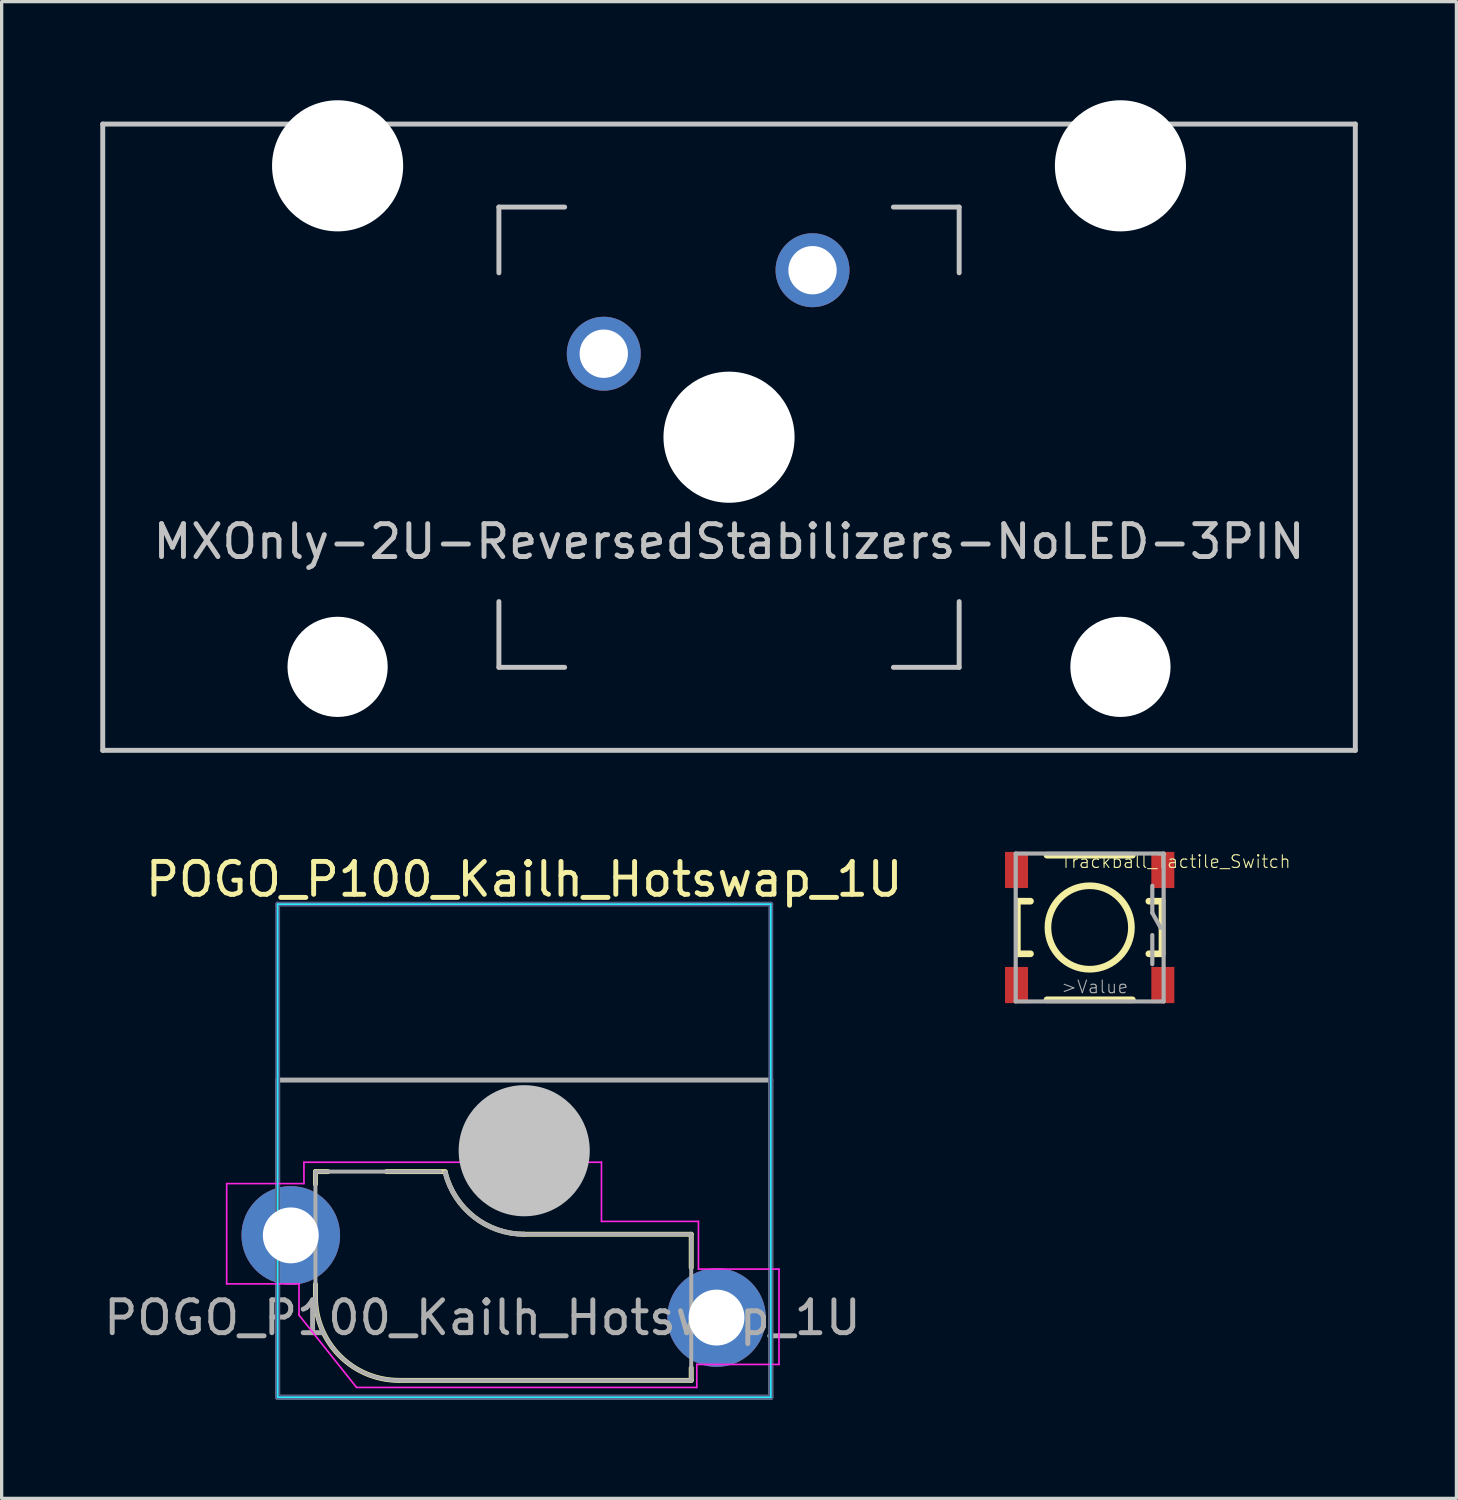
<source format=kicad_pcb>
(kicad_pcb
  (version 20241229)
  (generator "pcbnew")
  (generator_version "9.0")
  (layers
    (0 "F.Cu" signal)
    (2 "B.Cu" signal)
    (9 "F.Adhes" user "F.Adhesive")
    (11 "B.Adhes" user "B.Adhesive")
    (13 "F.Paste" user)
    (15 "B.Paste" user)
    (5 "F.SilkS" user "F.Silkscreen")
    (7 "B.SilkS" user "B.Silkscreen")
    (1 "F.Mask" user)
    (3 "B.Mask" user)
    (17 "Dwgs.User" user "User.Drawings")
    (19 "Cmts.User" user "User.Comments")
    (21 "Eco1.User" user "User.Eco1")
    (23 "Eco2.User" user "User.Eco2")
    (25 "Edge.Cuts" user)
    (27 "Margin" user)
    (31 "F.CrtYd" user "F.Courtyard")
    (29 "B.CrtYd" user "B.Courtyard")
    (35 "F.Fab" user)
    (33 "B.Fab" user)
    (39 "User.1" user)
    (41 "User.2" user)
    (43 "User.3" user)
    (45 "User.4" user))
  (footprint "Trackball_Tactile_Switch"
    (layer "F.Cu")
    (at 30.095 25.162)
    (property "Reference" "Trackball_Tactile_Switch" (at -0.889 -1.778 0) (layer "F.SilkS") (effects (font (size 0.386 0.386) (thickness 0.033)) (justify left bottom)))
    (attr through_hole)
    (fp_line (start -2.2 -0.8) (end -2.2 0.8) (stroke (width 0.203) (type solid)) (layer "F.SilkS"))
    (fp_line (start -1.8 -0.8) (end -2.2 -0.8) (stroke (width 0.203) (type solid)) (layer "F.SilkS"))
    (fp_line (start -1.8 0.8) (end -2.2 0.8) (stroke (width 0.203) (type solid)) (layer "F.SilkS"))
    (fp_line (start -1.3 2.2) (end 1.3 2.2) (stroke (width 0.203) (type solid)) (layer "F.SilkS"))
    (fp_line (start 1.3 -2.2) (end -1.3 -2.2) (stroke (width 0.203) (type solid)) (layer "F.SilkS"))
    (fp_line (start 2.2 -0.8) (end 1.8 -0.8) (stroke (width 0.203) (type solid)) (layer "F.SilkS"))
    (fp_line (start 2.2 0.8) (end 1.8 0.8) (stroke (width 0.203) (type solid)) (layer "F.SilkS"))
    (fp_line (start 2.2 0.8) (end 2.2 -0.8) (stroke (width 0.203) (type solid)) (layer "F.SilkS"))
    (fp_circle (center 0 0) (end 1.27 0) (stroke (width 0.203) (type solid)) (fill no) (layer "F.SilkS"))
    (fp_line (start -2.25 -2.25) (end 2.25 -2.25) (stroke (width 0.127) (type solid)) (layer "F.Fab"))
    (fp_line (start -2.25 2.25) (end -2.25 -2.25) (stroke (width 0.127) (type solid)) (layer "F.Fab"))
    (fp_line (start 1.905 -1.27) (end 1.905 -0.445) (stroke (width 0.127) (type solid)) (layer "F.Fab"))
    (fp_line (start 1.905 -0.445) (end 2.16 0.01) (stroke (width 0.127) (type solid)) (layer "F.Fab"))
    (fp_line (start 1.905 0.23) (end 1.905 1.115) (stroke (width 0.127) (type solid)) (layer "F.Fab"))
    (fp_line (start 2.25 -2.25) (end 2.25 2.25) (stroke (width 0.127) (type solid)) (layer "F.Fab"))
    (fp_line (start 2.25 2.25) (end -2.25 2.25) (stroke (width 0.127) (type solid)) (layer "F.Fab"))
    (fp_text user ">Value" (at -0.889 2.032 0) (layer "F.Fab") (effects (font (size 0.386 0.386) (thickness 0.033)) (justify left bottom)))
    (pad "1" smd rect (at 2.225 -1.75 90) (size 1.1 0.7) (layers "F.Cu" "F.Mask" "F.Paste"))
    (pad "1" smd rect (at 2.225 1.75 90) (size 1.1 0.7) (layers "F.Cu" "F.Mask" "F.Paste"))
    (pad "2" smd rect (at -2.225 -1.75 90) (size 1.1 0.7) (layers "F.Cu" "F.Mask" "F.Paste"))
    (pad "2" smd rect (at -2.225 1.75 90) (size 1.1 0.7) (layers "F.Cu" "F.Mask" "F.Paste")))
  (footprint "MXOnly-2U-ReversedStabilizers-NoLED-3PIN"
    (layer "F.Cu")
    (at 19.125 10.249)
    (property "Reference" "MXOnly-2U-ReversedStabilizers-NoLED-3PIN" (at 0 3.175 0) (layer "Dwgs.User") (effects (font (size 1 1) (thickness 0.15))))
    (attr through_hole)
    (fp_line (start -19.05 -9.525) (end 19.05 -9.525) (stroke (width 0.15) (type solid)) (layer "Dwgs.User"))
    (fp_line (start -19.05 9.525) (end -19.05 -9.525) (stroke (width 0.15) (type solid)) (layer "Dwgs.User"))
    (fp_line (start -19.05 9.525) (end 19.05 9.525) (stroke (width 0.15) (type solid)) (layer "Dwgs.User"))
    (fp_line (start -7 -7) (end -7 -5) (stroke (width 0.15) (type solid)) (layer "Dwgs.User"))
    (fp_line (start -7 5) (end -7 7) (stroke (width 0.15) (type solid)) (layer "Dwgs.User"))
    (fp_line (start -7 7) (end -5 7) (stroke (width 0.15) (type solid)) (layer "Dwgs.User"))
    (fp_line (start -5 -7) (end -7 -7) (stroke (width 0.15) (type solid)) (layer "Dwgs.User"))
    (fp_line (start 5 -7) (end 7 -7) (stroke (width 0.15) (type solid)) (layer "Dwgs.User"))
    (fp_line (start 5 7) (end 7 7) (stroke (width 0.15) (type solid)) (layer "Dwgs.User"))
    (fp_line (start 7 -7) (end 7 -5) (stroke (width 0.15) (type solid)) (layer "Dwgs.User"))
    (fp_line (start 7 7) (end 7 5) (stroke (width 0.15) (type solid)) (layer "Dwgs.User"))
    (fp_line (start 19.05 -9.525) (end 19.05 9.525) (stroke (width 0.15) (type solid)) (layer "Dwgs.User"))
    (pad "" np_thru_hole circle (at -11.906 -8.255) (size 3.988 3.988) (drill 3.988) (layers "*.Cu" "*.Mask"))
    (pad "" np_thru_hole circle (at -11.906 6.985) (size 3.048 3.048) (drill 3.048) (layers "*.Cu" "*.Mask"))
    (pad "" np_thru_hole circle (at 0 0) (size 3.988 3.988) (drill 3.988) (layers "*.Cu" "*.Mask"))
    (pad "" np_thru_hole circle (at 11.906 -8.255) (size 3.988 3.988) (drill 3.988) (layers "*.Cu" "*.Mask"))
    (pad "" np_thru_hole circle (at 11.906 6.985) (size 3.048 3.048) (drill 3.048) (layers "*.Cu" "*.Mask"))
    (pad "1" thru_hole circle (at -3.81 -2.54) (size 2.25 2.25) (drill 1.47) (layers "*.Cu" "*.Mask"))
    (pad "2" thru_hole circle (at 2.54 -5.08) (size 2.25 2.25) (drill 1.47) (layers "*.Cu" "*.Mask")))
  (footprint "POGO_P100_Kailh_Hotswap_1U"
    (layer "F.Cu")
    (at 12.895 31.952)
    (property "Reference" "POGO_P100_Kailh_Hotswap_1U" (at 0 -8.255 0) (layer "F.SilkS") (effects (font (size 1 1) (thickness 0.15))))
    (attr smd)
    (fp_line (start -6.35 0.635) (end -5.969 0.635) (stroke (width 0.15) (type solid)) (layer "F.SilkS"))
    (fp_line (start -6.35 1.016) (end -6.35 0.635) (stroke (width 0.15) (type solid)) (layer "F.SilkS"))
    (fp_line (start -6.35 4.445) (end -6.35 4.064) (stroke (width 0.15) (type solid)) (layer "F.SilkS"))
    (fp_line (start -4.191 0.635) (end -2.4 0.635) (stroke (width 0.15) (type solid)) (layer "F.SilkS"))
    (fp_line (start 0 2.54) (end 5.08 2.54) (stroke (width 0.15) (type solid)) (layer "F.SilkS"))
    (fp_line (start 5.08 2.54) (end 5.08 3.556) (stroke (width 0.15) (type solid)) (layer "F.SilkS"))
    (fp_line (start 5.08 6.604) (end 5.08 6.985) (stroke (width 0.15) (type solid)) (layer "F.SilkS"))
    (fp_line (start 5.08 6.985) (end -3.81 6.985) (stroke (width 0.15) (type solid)) (layer "F.SilkS"))
    (fp_arc (start -3.81 6.985) (mid -5.606051 6.241051) (end -6.35 4.445) (stroke (width 0.15) (type solid)) (layer "F.SilkS"))
    (fp_arc (start 0.001565 2.54) (mid -1.521828 2.016531) (end -2.399998 0.666137) (stroke (width 0.15) (type solid)) (layer "F.SilkS"))
    (fp_line (start -7.5 -7.5) (end -7.5 7.5) (stroke (width 0.05) (type solid)) (layer "B.CrtYd"))
    (fp_line (start -7.5 -7.5) (end 7.5 -7.5) (stroke (width 0.05) (type solid)) (layer "B.CrtYd"))
    (fp_line (start -7.5 7.5) (end 7.5 7.5) (stroke (width 0.05) (type solid)) (layer "B.CrtYd"))
    (fp_line (start 7.5 7.5) (end 7.5 -7.5) (stroke (width 0.05) (type solid)) (layer "B.CrtYd"))
    (fp_line (start -9.05 1) (end -6.7 1) (stroke (width 0.05) (type solid)) (layer "F.CrtYd"))
    (fp_line (start -9.05 4.05) (end -9.05 1) (stroke (width 0.05) (type solid)) (layer "F.CrtYd"))
    (fp_line (start -9.05 4.05) (end -6.85 4.05) (stroke (width 0.05) (type solid)) (layer "F.CrtYd"))
    (fp_line (start -6.85 4.05) (end -6.85 5) (stroke (width 0.05) (type solid)) (layer "F.CrtYd"))
    (fp_line (start -6.7 0.35) (end -6.7 1) (stroke (width 0.05) (type solid)) (layer "F.CrtYd"))
    (fp_line (start -6.7 0.35) (end 2.35 0.35) (stroke (width 0.05) (type solid)) (layer "F.CrtYd"))
    (fp_line (start -5.1 7.2) (end -6.85 5) (stroke (width 0.05) (type solid)) (layer "F.CrtYd"))
    (fp_line (start -5.1 7.2) (end 5.25 7.2) (stroke (width 0.05) (type solid)) (layer "F.CrtYd"))
    (fp_line (start 2.35 2.15) (end 2.35 0.35) (stroke (width 0.05) (type solid)) (layer "F.CrtYd"))
    (fp_line (start 2.35 2.15) (end 5.3 2.15) (stroke (width 0.05) (type solid)) (layer "F.CrtYd"))
    (fp_line (start 5.25 7.2) (end 5.25 6.5) (stroke (width 0.05) (type solid)) (layer "F.CrtYd"))
    (fp_line (start 5.3 2.15) (end 5.3 3.6) (stroke (width 0.05) (type solid)) (layer "F.CrtYd"))
    (fp_line (start 7.75 3.6) (end 5.3 3.6) (stroke (width 0.05) (type solid)) (layer "F.CrtYd"))
    (fp_line (start 7.75 6.5) (end 5.25 6.5) (stroke (width 0.05) (type solid)) (layer "F.CrtYd"))
    (fp_line (start 7.75 6.5) (end 7.75 3.6) (stroke (width 0.05) (type solid)) (layer "F.CrtYd"))
    (fp_line (start -7.5 -7.5) (end 7.5 -7.5) (stroke (width 0.15) (type solid)) (layer "B.Fab"))
    (fp_line (start -7.5 7.5) (end -7.5 -7.5) (stroke (width 0.15) (type solid)) (layer "B.Fab"))
    (fp_line (start 7.5 -7.5) (end 7.5 7.5) (stroke (width 0.15) (type solid)) (layer "B.Fab"))
    (fp_line (start 7.5 7.5) (end -7.5 7.5) (stroke (width 0.15) (type solid)) (layer "B.Fab"))
    (fp_line (start -7.5 -2.15) (end 7.5 -2.15) (stroke (width 0.15) (type solid)) (layer "F.Fab"))
    (fp_line (start -7.5 7.5) (end -7.5 -2.15) (stroke (width 0.15) (type solid)) (layer "F.Fab"))
    (fp_line (start -6.35 0.635) (end -6.35 4.445) (stroke (width 0.12) (type solid)) (layer "F.Fab"))
    (fp_line (start -3.81 6.985) (end 5.08 6.985) (stroke (width 0.12) (type solid)) (layer "F.Fab"))
    (fp_line (start -2.54 0.635) (end -6.35 0.635) (stroke (width 0.12) (type solid)) (layer "F.Fab"))
    (fp_line (start 5.08 2.54) (end 0 2.54) (stroke (width 0.12) (type solid)) (layer "F.Fab"))
    (fp_line (start 5.08 6.985) (end 5.08 2.54) (stroke (width 0.12) (type solid)) (layer "F.Fab"))
    (fp_line (start 7.5 -2.15) (end 7.5 7.5) (stroke (width 0.15) (type solid)) (layer "F.Fab"))
    (fp_line (start 7.5 7.5) (end -7.5 7.5) (stroke (width 0.15) (type solid)) (layer "F.Fab"))
    (fp_arc (start -3.81 6.985) (mid -5.606051 6.241051) (end -6.35 4.445) (stroke (width 0.12) (type solid)) (layer "F.Fab"))
    (fp_arc (start 0 2.54) (mid -1.523393 2.016531) (end -2.401563 0.666137) (stroke (width 0.15) (type solid)) (layer "F.Fab"))
    (fp_text user "${REFERENCE}" (at -1.27 5.08 0) (layer "F.Fab") (effects (font (size 1 1) (thickness 0.15))))
    (pad "" smd circle (at 0 0) (size 3.988 3.988) (layers "Dwgs.User"))
    (pad "1" thru_hole circle (at 5.85 5.075) (size 3 3) (drill 1.7) (layers "*.Cu" "*.Mask"))
    (pad "2" thru_hole circle (at -7.1 2.575) (size 3 3) (drill 1.7) (layers "*.Cu" "*.Mask")))
  (gr_rect
    (start -3 -3)
    (end 41.25 42.527)
    (stroke (width 0.1) (type default))
    (fill no)
    (layer "Edge.Cuts")))
</source>
